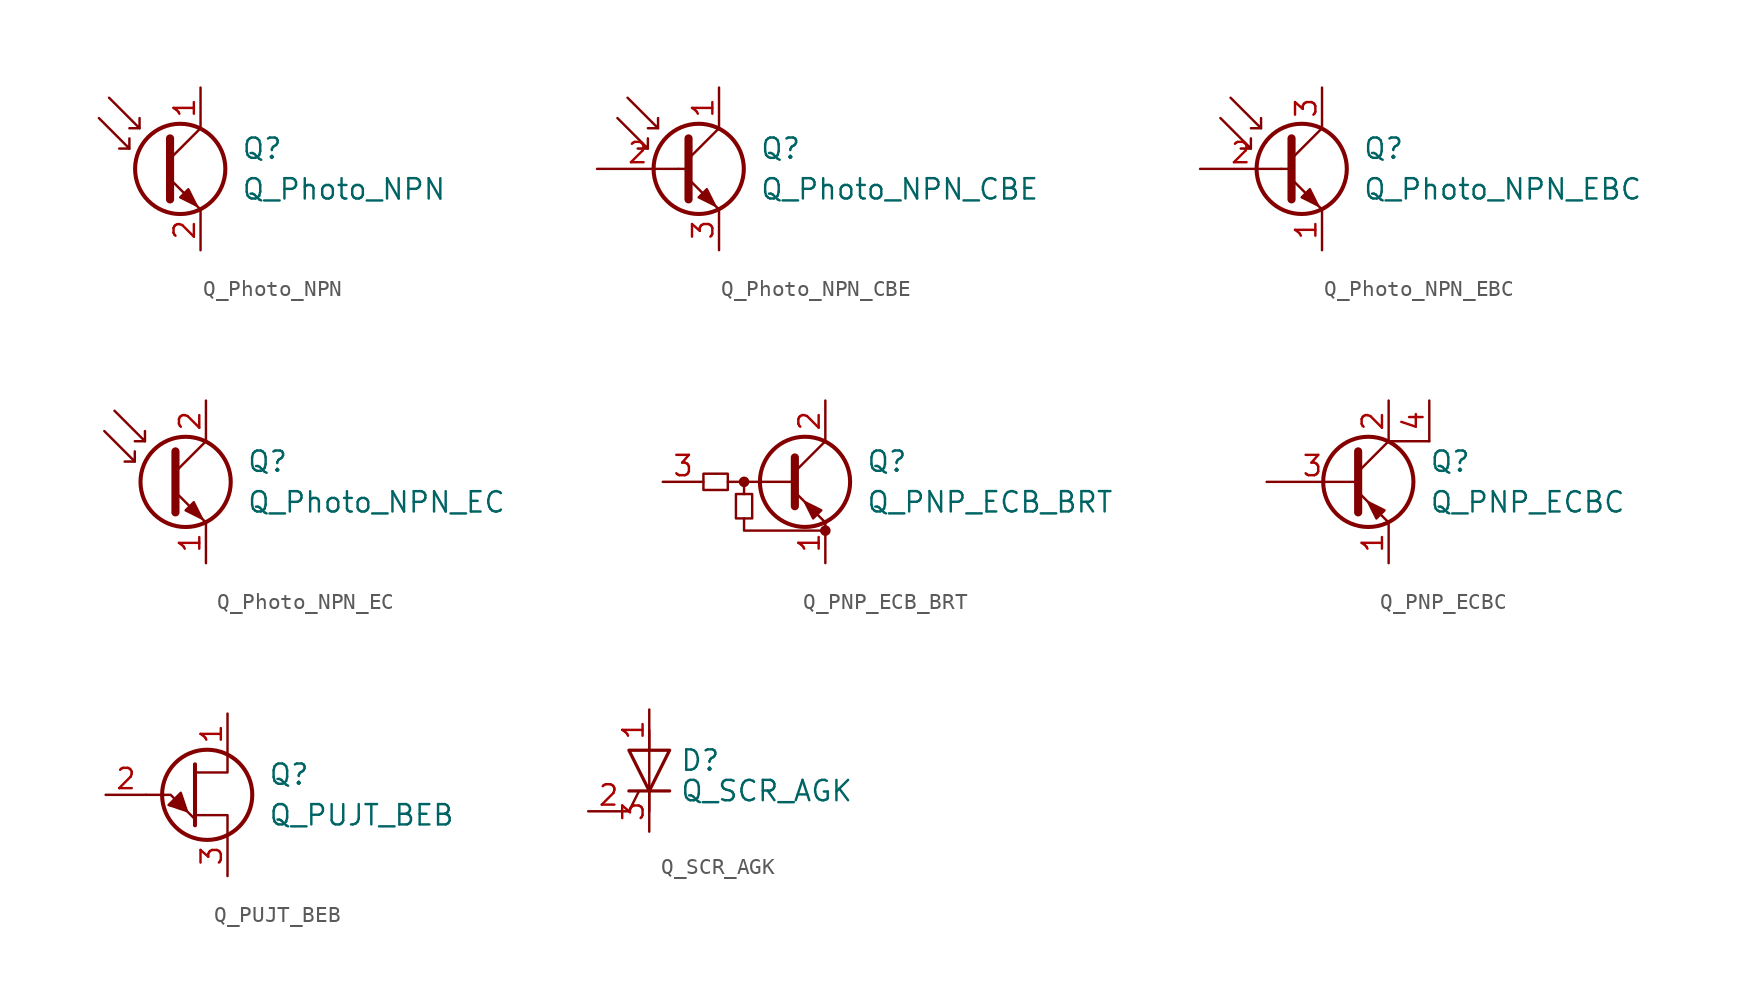
<source format=kicad_sym>
(kicad_symbol_lib
  (version 20241209)
  (generator "kicad_symbol_editor")
  (generator_version "9.0")
  (symbol "Q_Photo_NPN"
    (pin_names
      (offset 0)
      (hide yes))
    (property "Reference" "Q"
      (at 5.08 1.27 0)
      (effects (font (size 1.27 1.27)) (justify left)))
    (property "Value" "Q_Photo_NPN"
      (at 5.08 -1.27 0)
      (effects (font (size 1.27 1.27)) (justify left)))
    (symbol "Q_Photo_NPN_0_1"
      (polyline (pts (xy -3.81 3.175) (xy -1.905 1.27) (xy -1.905 1.905)) (stroke (width 0) (type solid)) (fill (type none)))
      (polyline (pts (xy -3.175 4.445) (xy -1.27 2.54) (xy -1.27 3.175)) (stroke (width 0) (type solid)) (fill (type none)))
      (polyline (pts (xy -1.905 1.27) (xy -2.54 1.27)) (stroke (width 0) (type solid)) (fill (type none)))
      (polyline (pts (xy -1.27 2.54) (xy -1.905 2.54)) (stroke (width 0) (type solid)) (fill (type none)))
      (polyline (pts (xy 0.635 1.905) (xy 0.635 -1.905) (xy 0.635 -1.905)) (stroke (width 0.508) (type solid)) (fill (type none)))
      (polyline (pts (xy 0.635 0.635) (xy 2.54 2.54)) (stroke (width 0) (type solid)) (fill (type none)))
      (polyline (pts (xy 0.635 -0.635) (xy 2.54 -2.54) (xy 2.54 -2.54)) (stroke (width 0) (type solid)) (fill (type none)))
      (circle (center 1.27 0) (radius 2.819) (stroke (width 0.254) (type solid)) (fill (type none)))
      (polyline (pts (xy 1.27 -1.778) (xy 1.778 -1.27) (xy 2.286 -2.286) (xy 1.27 -1.778) (xy 1.27 -1.778)) (stroke (width 0) (type solid)) (fill (type outline))))
    (symbol "Q_Photo_NPN_1_1"
      (pin passive line (at 2.54 5.08 270) (length 2.54) (name "C" (effects (font (size 1.27 1.27)))) (number "1" (effects (font (size 1.27 1.27)))))
      (pin passive line (at 2.54 -5.08 90) (length 2.54) (name "E" (effects (font (size 1.27 1.27)))) (number "2" (effects (font (size 1.27 1.27)))))))
  (symbol "Q_Photo_NPN_CBE"
    (pin_names
      (offset 0)
      (hide yes))
    (property "Reference" "Q"
      (at 5.08 1.27 0)
      (effects (font (size 1.27 1.27)) (justify left)))
    (property "Value" "Q_Photo_NPN_CBE"
      (at 5.08 -1.27 0)
      (effects (font (size 1.27 1.27)) (justify left)))
    (symbol "Q_Photo_NPN_CBE_0_1"
      (polyline (pts (xy -3.81 3.175) (xy -1.905 1.27) (xy -1.905 1.905)) (stroke (width 0) (type solid)) (fill (type none)))
      (polyline (pts (xy -3.175 4.445) (xy -1.27 2.54) (xy -1.27 3.175)) (stroke (width 0) (type solid)) (fill (type none)))
      (polyline (pts (xy -1.905 1.27) (xy -2.54 1.27)) (stroke (width 0) (type solid)) (fill (type none)))
      (polyline (pts (xy -1.27 2.54) (xy -1.905 2.54)) (stroke (width 0) (type solid)) (fill (type none)))
      (polyline (pts (xy 0 0) (xy 0.635 0)) (stroke (width 0) (type solid)) (fill (type none)))
      (polyline (pts (xy 0.635 1.905) (xy 0.635 -1.905) (xy 0.635 -1.905)) (stroke (width 0.508) (type solid)) (fill (type none)))
      (polyline (pts (xy 0.635 0.635) (xy 2.54 2.54)) (stroke (width 0) (type solid)) (fill (type none)))
      (polyline (pts (xy 0.635 -0.635) (xy 2.54 -2.54) (xy 2.54 -2.54)) (stroke (width 0) (type solid)) (fill (type none)))
      (circle (center 1.27 0) (radius 2.819) (stroke (width 0.254) (type solid)) (fill (type none)))
      (polyline (pts (xy 1.27 -1.778) (xy 1.778 -1.27) (xy 2.286 -2.286) (xy 1.27 -1.778) (xy 1.27 -1.778)) (stroke (width 0) (type solid)) (fill (type outline))))
    (symbol "Q_Photo_NPN_CBE_1_1"
      (pin input line (at -5.08 0 0) (length 5.08) (name "B" (effects (font (size 1.27 1.27)))) (number "2" (effects (font (size 1.27 1.27)))))
      (pin passive line (at 2.54 5.08 270) (length 2.54) (name "C" (effects (font (size 1.27 1.27)))) (number "1" (effects (font (size 1.27 1.27)))))
      (pin passive line (at 2.54 -5.08 90) (length 2.54) (name "E" (effects (font (size 1.27 1.27)))) (number "3" (effects (font (size 1.27 1.27)))))))
  (symbol "Q_Photo_NPN_EBC"
    (pin_names
      (offset 0)
      (hide yes))
    (property "Reference" "Q"
      (at 5.08 1.27 0)
      (effects (font (size 1.27 1.27)) (justify left)))
    (property "Value" "Q_Photo_NPN_EBC"
      (at 5.08 -1.27 0)
      (effects (font (size 1.27 1.27)) (justify left)))
    (symbol "Q_Photo_NPN_EBC_0_1"
      (polyline (pts (xy -3.81 3.175) (xy -1.905 1.27) (xy -1.905 1.905)) (stroke (width 0) (type solid)) (fill (type none)))
      (polyline (pts (xy -3.175 4.445) (xy -1.27 2.54) (xy -1.27 3.175)) (stroke (width 0) (type solid)) (fill (type none)))
      (polyline (pts (xy -1.905 1.27) (xy -2.54 1.27)) (stroke (width 0) (type solid)) (fill (type none)))
      (polyline (pts (xy -1.27 2.54) (xy -1.905 2.54)) (stroke (width 0) (type solid)) (fill (type none)))
      (polyline (pts (xy 0 0) (xy 0.635 0)) (stroke (width 0) (type solid)) (fill (type none)))
      (polyline (pts (xy 0.635 1.905) (xy 0.635 -1.905) (xy 0.635 -1.905)) (stroke (width 0.508) (type solid)) (fill (type none)))
      (polyline (pts (xy 0.635 0.635) (xy 2.54 2.54)) (stroke (width 0) (type solid)) (fill (type none)))
      (polyline (pts (xy 0.635 -0.635) (xy 2.54 -2.54) (xy 2.54 -2.54)) (stroke (width 0) (type solid)) (fill (type none)))
      (circle (center 1.27 0) (radius 2.819) (stroke (width 0.254) (type solid)) (fill (type none)))
      (polyline (pts (xy 1.27 -1.778) (xy 1.778 -1.27) (xy 2.286 -2.286) (xy 1.27 -1.778) (xy 1.27 -1.778)) (stroke (width 0) (type solid)) (fill (type outline))))
    (symbol "Q_Photo_NPN_EBC_1_1"
      (pin input line (at -5.08 0 0) (length 5.08) (name "B" (effects (font (size 1.27 1.27)))) (number "2" (effects (font (size 1.27 1.27)))))
      (pin passive line (at 2.54 5.08 270) (length 2.54) (name "C" (effects (font (size 1.27 1.27)))) (number "3" (effects (font (size 1.27 1.27)))))
      (pin passive line (at 2.54 -5.08 90) (length 2.54) (name "E" (effects (font (size 1.27 1.27)))) (number "1" (effects (font (size 1.27 1.27)))))))
  (symbol "Q_Photo_NPN_EC"
    (pin_names
      (offset 0)
      (hide yes))
    (property "Reference" "Q"
      (at 5.08 1.27 0)
      (effects (font (size 1.27 1.27)) (justify left)))
    (property "Value" "Q_Photo_NPN_EC"
      (at 5.08 -1.27 0)
      (effects (font (size 1.27 1.27)) (justify left)))
    (symbol "Q_Photo_NPN_EC_0_1"
      (polyline (pts (xy -3.81 3.175) (xy -1.905 1.27) (xy -1.905 1.905)) (stroke (width 0) (type solid)) (fill (type none)))
      (polyline (pts (xy -3.175 4.445) (xy -1.27 2.54) (xy -1.27 3.175)) (stroke (width 0) (type solid)) (fill (type none)))
      (polyline (pts (xy -1.905 1.27) (xy -2.54 1.27)) (stroke (width 0) (type solid)) (fill (type none)))
      (polyline (pts (xy -1.27 2.54) (xy -1.905 2.54)) (stroke (width 0) (type solid)) (fill (type none)))
      (polyline (pts (xy 0.635 1.905) (xy 0.635 -1.905) (xy 0.635 -1.905)) (stroke (width 0.508) (type solid)) (fill (type none)))
      (polyline (pts (xy 0.635 0.635) (xy 2.54 2.54)) (stroke (width 0) (type solid)) (fill (type none)))
      (polyline (pts (xy 0.635 -0.635) (xy 2.54 -2.54) (xy 2.54 -2.54)) (stroke (width 0) (type solid)) (fill (type none)))
      (circle (center 1.27 0) (radius 2.819) (stroke (width 0.254) (type solid)) (fill (type none)))
      (polyline (pts (xy 1.27 -1.778) (xy 1.778 -1.27) (xy 2.286 -2.286) (xy 1.27 -1.778) (xy 1.27 -1.778)) (stroke (width 0) (type solid)) (fill (type outline))))
    (symbol "Q_Photo_NPN_EC_1_1"
      (pin passive line (at 2.54 5.08 270) (length 2.54) (name "C" (effects (font (size 1.27 1.27)))) (number "2" (effects (font (size 1.27 1.27)))))
      (pin passive line (at 2.54 -5.08 90) (length 2.54) (name "E" (effects (font (size 1.27 1.27)))) (number "1" (effects (font (size 1.27 1.27)))))))
  (symbol "Q_PNP_ECB_BRT"
    (pin_names
      (hide yes))
    (property "Reference" "Q"
      (at 3.81 1.27 0)
      (effects (font (size 1.27 1.27)) (justify left)))
    (property "Value" "Q_PNP_ECB_BRT"
      (at 3.81 -1.27 0)
      (effects (font (size 1.27 1.27)) (justify left)))
    (symbol "Q_PNP_ECB_BRT_0_1"
      (rectangle (start -6.35 0.508) (end -4.826 -0.508) (stroke (width 0) (type solid)) (fill (type none)))
      (rectangle (start -4.318 -2.286) (end -3.302 -0.762) (stroke (width 0) (type solid)) (fill (type none)))
      (circle (center -3.81 0) (radius 0.254) (stroke (width 0) (type solid)) (fill (type outline)))
      (polyline (pts (xy -3.81 -0.762) (xy -3.81 0)) (stroke (width 0) (type solid)) (fill (type none)))
      (polyline (pts (xy -3.81 -2.286) (xy -3.81 -3.048) (xy 1.27 -3.048)) (stroke (width 0) (type solid)) (fill (type none)))
      (polyline (pts (xy -0.762 0) (xy -4.826 0)) (stroke (width 0) (type solid)) (fill (type none)))
      (polyline (pts (xy -0.635 1.524) (xy -0.635 -1.524)) (stroke (width 0.508) (type solid)) (fill (type none)))
      (polyline (pts (xy 1.016 -1.778) (xy 0.508 -2.286) (xy 0 -1.27) (xy 1.016 -1.778) (xy 1.016 -1.778)) (stroke (width 0) (type solid)) (fill (type outline)))
      (circle (center 1.27 -3.048) (radius 0.254) (stroke (width 0) (type solid)) (fill (type outline))))
    (symbol "Q_PNP_ECB_BRT_1_1"
      (polyline (pts (xy -0.635 0.635) (xy 1.27 2.54)) (stroke (width 0) (type solid)) (fill (type none)))
      (polyline (pts (xy -0.635 -0.635) (xy 1.27 -2.54) (xy 1.27 -2.54)) (stroke (width 0) (type solid)) (fill (type none)))
      (circle (center 0 0) (radius 2.819) (stroke (width 0.254) (type solid)) (fill (type none)))
      (pin input line (at -8.89 0 0) (length 2.54) (name "B" (effects (font (size 1.27 1.27)))) (number "3" (effects (font (size 1.27 1.27)))))
      (pin passive line (at 1.27 5.08 270) (length 2.54) (name "C" (effects (font (size 1.27 1.27)))) (number "2" (effects (font (size 1.27 1.27)))))
      (pin passive line (at 1.27 -5.08 90) (length 2.54) (name "E" (effects (font (size 1.27 1.27)))) (number "1" (effects (font (size 1.27 1.27)))))))
  (symbol "Q_PNP_ECBC"
    (pin_names
      (offset 0)
      (hide yes))
    (property "Reference" "Q"
      (at 5.08 1.27 0)
      (effects (font (size 1.27 1.27)) (justify left)))
    (property "Value" "Q_PNP_ECBC"
      (at 5.08 -1.27 0)
      (effects (font (size 1.27 1.27)) (justify left)))
    (symbol "Q_PNP_ECBC_0_1"
      (polyline (pts (xy 0.635 1.905) (xy 0.635 -1.905) (xy 0.635 -1.905)) (stroke (width 0.508) (type solid)) (fill (type none)))
      (polyline (pts (xy 0.635 0.635) (xy 2.54 2.54)) (stroke (width 0) (type solid)) (fill (type none)))
      (polyline (pts (xy 0.635 -0.635) (xy 2.54 -2.54) (xy 2.54 -2.54)) (stroke (width 0) (type solid)) (fill (type none)))
      (circle (center 1.27 0) (radius 2.819) (stroke (width 0.254) (type solid)) (fill (type none)))
      (polyline (pts (xy 2.286 -1.778) (xy 1.778 -2.286) (xy 1.27 -1.27) (xy 2.286 -1.778) (xy 2.286 -1.778)) (stroke (width 0) (type solid)) (fill (type outline)))
      (polyline (pts (xy 5.08 2.54) (xy 2.54 2.54)) (stroke (width 0) (type solid)) (fill (type none))))
    (symbol "Q_PNP_ECBC_1_1"
      (pin input line (at -5.08 0 0) (length 5.715) (name "B" (effects (font (size 1.27 1.27)))) (number "3" (effects (font (size 1.27 1.27)))))
      (pin passive line (at 2.54 5.08 270) (length 2.54) (name "C" (effects (font (size 1.27 1.27)))) (number "2" (effects (font (size 1.27 1.27)))))
      (pin passive line (at 2.54 -5.08 90) (length 2.54) (name "E" (effects (font (size 1.27 1.27)))) (number "1" (effects (font (size 1.27 1.27)))))
      (pin passive line (at 5.08 5.08 270) (length 2.54) (name "C" (effects (font (size 1.27 1.27)))) (number "4" (effects (font (size 1.27 1.27)))))))
  (symbol "Q_PUJT_BEB"
    (pin_names
      (offset 0)
      (hide yes))
    (property "Reference" "Q"
      (at 5.08 1.27 0)
      (effects (font (size 1.27 1.27)) (justify left)))
    (property "Value" "Q_PUJT_BEB"
      (at 5.08 -1.27 0)
      (effects (font (size 1.27 1.27)) (justify left)))
    (symbol "Q_PUJT_BEB_0_1"
      (polyline (pts (xy -2.54 0) (xy -1.016 0) (xy 0.508 -1.524)) (stroke (width 0) (type solid)) (fill (type none)))
      (polyline (pts (xy 0 -1.016) (xy -0.381 0.127) (xy -1.143 -0.635) (xy 0 -1.016)) (stroke (width 0) (type solid)) (fill (type outline)))
      (polyline (pts (xy 0.508 1.905) (xy 0.508 -1.905) (xy 0.508 -1.905)) (stroke (width 0.254) (type solid)) (fill (type none)))
      (circle (center 1.27 0) (radius 2.819) (stroke (width 0.254) (type solid)) (fill (type none)))
      (polyline (pts (xy 2.54 2.54) (xy 2.54 1.397) (xy 0.508 1.397)) (stroke (width 0) (type solid)) (fill (type none)))
      (polyline (pts (xy 2.54 -2.54) (xy 2.54 -1.27) (xy 0.508 -1.27)) (stroke (width 0) (type solid)) (fill (type none))))
    (symbol "Q_PUJT_BEB_1_1"
      (pin input line (at -5.08 0 0) (length 2.54) (name "E" (effects (font (size 1.27 1.27)))) (number "2" (effects (font (size 1.27 1.27)))))
      (pin passive line (at 2.54 5.08 270) (length 2.54) (name "B2" (effects (font (size 1.27 1.27)))) (number "1" (effects (font (size 1.27 1.27)))))
      (pin passive line (at 2.54 -5.08 90) (length 2.54) (name "B1" (effects (font (size 1.27 1.27)))) (number "3" (effects (font (size 1.27 1.27)))))))
  (symbol "Q_SCR_AGK"
    (pin_names
      (offset 0)
      (hide yes))
    (property "Reference" "D"
      (at 1.905 0.635 0)
      (effects (font (size 1.27 1.27)) (justify left)))
    (property "Value" "Q_SCR_AGK"
      (at 1.905 -1.27 0)
      (effects (font (size 1.27 1.27)) (justify left)))
    (symbol "Q_SCR_AGK_0_1"
      (polyline (pts (xy -1.27 1.27) (xy 1.27 1.27) (xy 0 -1.27) (xy -1.27 1.27)) (stroke (width 0.203) (type solid)) (fill (type none)))
      (polyline (pts (xy -1.27 -1.27) (xy 1.27 -1.27)) (stroke (width 0.203) (type solid)) (fill (type none)))
      (polyline (pts (xy -1.27 -2.54) (xy -0.635 -1.27)) (stroke (width 0) (type solid)) (fill (type none)))
      (polyline (pts (xy 0 -2.54) (xy 0 2.54)) (stroke (width 0) (type solid)) (fill (type none))))
    (symbol "Q_SCR_AGK_1_1"
      (pin input line (at -3.81 -2.54 0) (length 2.54) (name "G" (effects (font (size 1.27 1.27)))) (number "2" (effects (font (size 1.27 1.27)))))
      (pin passive line (at 0 3.81 270) (length 2.54) (name "A" (effects (font (size 1.27 1.27)))) (number "1" (effects (font (size 1.27 1.27)))))
      (pin passive line (at 0 -3.81 90) (length 2.54) (name "K" (effects (font (size 1.27 1.27)))) (number "3" (effects (font (size 1.27 1.27))))))))
</source>
